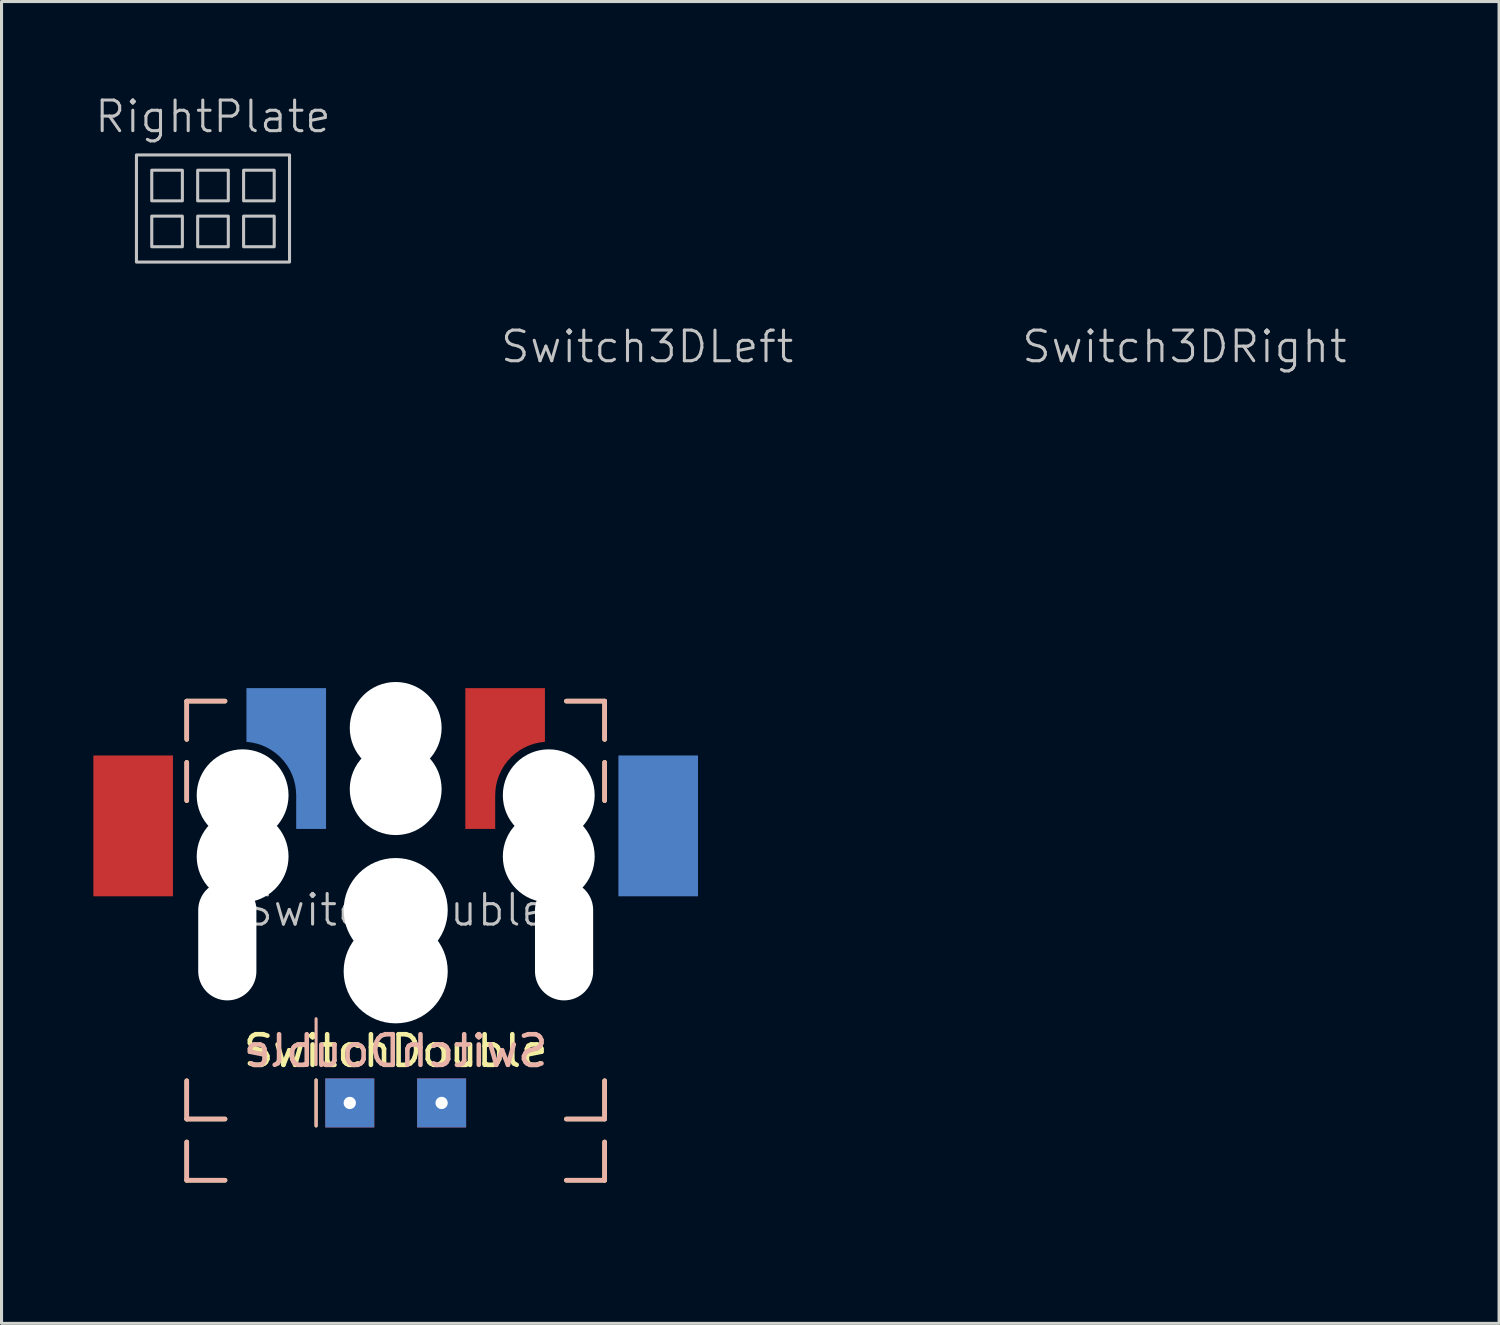
<source format=kicad_pcb>
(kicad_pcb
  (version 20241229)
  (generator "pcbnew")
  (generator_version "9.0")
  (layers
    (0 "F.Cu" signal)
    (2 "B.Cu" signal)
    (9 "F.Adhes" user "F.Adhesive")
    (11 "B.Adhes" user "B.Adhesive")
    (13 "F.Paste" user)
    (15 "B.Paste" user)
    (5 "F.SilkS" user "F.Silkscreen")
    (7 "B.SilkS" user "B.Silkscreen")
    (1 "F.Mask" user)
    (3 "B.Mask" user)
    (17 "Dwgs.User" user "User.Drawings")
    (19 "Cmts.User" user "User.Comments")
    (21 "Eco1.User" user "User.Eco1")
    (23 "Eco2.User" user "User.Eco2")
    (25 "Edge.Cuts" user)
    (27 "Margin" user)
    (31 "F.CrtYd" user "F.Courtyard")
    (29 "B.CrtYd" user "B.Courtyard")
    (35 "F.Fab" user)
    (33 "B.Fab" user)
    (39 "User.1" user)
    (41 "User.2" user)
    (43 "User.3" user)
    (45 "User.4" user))
  (footprint "SwitchDouble"
    (layer "F.Cu")
    (at 9.875 27.677)
    (property "Reference" "SwitchDouble" (at 0 -1 0) (unlocked yes) (layer "Dwgs.User") (effects (font (size 1 1) (thickness 0.1))))
    (property "Value" "SwitchDouble" (at 0 0.2 0) (unlocked yes) (layer "Dwgs.User") (hide yes) (effects (font (size 1 1) (thickness 0.1))))
    (attr through_hole)
    (fp_line (start -6.825 -7.825) (end -5.575 -7.825) (stroke (width 0.15) (type default)) (layer "F.SilkS"))
    (fp_line (start -6.825 -6.575) (end -6.825 -7.825) (stroke (width 0.15) (type default)) (layer "F.SilkS"))
    (fp_line (start -6.825 -4.575) (end -6.825 -5.825) (stroke (width 0.15) (type default)) (layer "F.SilkS"))
    (fp_line (start -6.825 5.825) (end -6.825 4.575) (stroke (width 0.15) (type default)) (layer "F.SilkS"))
    (fp_line (start -6.825 7.825) (end -6.825 6.575) (stroke (width 0.15) (type default)) (layer "F.SilkS"))
    (fp_line (start -5.575 5.825) (end -6.825 5.825) (stroke (width 0.15) (type default)) (layer "F.SilkS"))
    (fp_line (start -5.575 7.825) (end -6.825 7.825) (stroke (width 0.15) (type default)) (layer "F.SilkS"))
    (fp_line (start -2.6 4.55) (end -2.6 6.05) (stroke (width 0.1) (type default)) (layer "F.SilkS"))
    (fp_line (start 5.575 -7.825) (end 6.825 -7.825) (stroke (width 0.15) (type default)) (layer "F.SilkS"))
    (fp_line (start 6.825 -7.825) (end 6.825 -6.575) (stroke (width 0.15) (type default)) (layer "F.SilkS"))
    (fp_line (start 6.825 -5.825) (end 6.825 -4.575) (stroke (width 0.15) (type default)) (layer "F.SilkS"))
    (fp_line (start 6.825 4.575) (end 6.825 5.825) (stroke (width 0.15) (type default)) (layer "F.SilkS"))
    (fp_line (start 6.825 5.825) (end 5.575 5.825) (stroke (width 0.15) (type default)) (layer "F.SilkS"))
    (fp_line (start 6.825 6.575) (end 6.825 7.825) (stroke (width 0.15) (type default)) (layer "F.SilkS"))
    (fp_line (start 6.825 7.825) (end 5.575 7.825) (stroke (width 0.15) (type default)) (layer "F.SilkS"))
    (fp_line (start -6.825 -7.825) (end -6.825 -6.575) (stroke (width 0.15) (type default)) (layer "B.SilkS"))
    (fp_line (start -6.825 -5.825) (end -6.825 -4.575) (stroke (width 0.15) (type default)) (layer "B.SilkS"))
    (fp_line (start -6.825 4.575) (end -6.825 5.825) (stroke (width 0.15) (type default)) (layer "B.SilkS"))
    (fp_line (start -6.825 5.825) (end -5.575 5.825) (stroke (width 0.15) (type default)) (layer "B.SilkS"))
    (fp_line (start -6.825 6.575) (end -6.825 7.825) (stroke (width 0.15) (type default)) (layer "B.SilkS"))
    (fp_line (start -6.825 7.825) (end -5.575 7.825) (stroke (width 0.15) (type default)) (layer "B.SilkS"))
    (fp_line (start -5.575 -7.825) (end -6.825 -7.825) (stroke (width 0.15) (type default)) (layer "B.SilkS"))
    (fp_line (start -2.6 2.55) (end -2.6 4.05) (stroke (width 0.1) (type default)) (layer "B.SilkS"))
    (fp_line (start -2.6 4.55) (end -2.6 6.05) (stroke (width 0.1) (type default)) (layer "B.SilkS"))
    (fp_line (start 5.575 5.825) (end 6.825 5.825) (stroke (width 0.15) (type default)) (layer "B.SilkS"))
    (fp_line (start 5.575 7.825) (end 6.825 7.825) (stroke (width 0.15) (type default)) (layer "B.SilkS"))
    (fp_line (start 6.825 -7.825) (end 5.575 -7.825) (stroke (width 0.15) (type default)) (layer "B.SilkS"))
    (fp_line (start 6.825 -6.575) (end 6.825 -7.825) (stroke (width 0.15) (type default)) (layer "B.SilkS"))
    (fp_line (start 6.825 -4.575) (end 6.825 -5.825) (stroke (width 0.15) (type default)) (layer "B.SilkS"))
    (fp_line (start 6.825 5.825) (end 6.825 4.575) (stroke (width 0.15) (type default)) (layer "B.SilkS"))
    (fp_line (start 6.825 7.825) (end 6.825 6.575) (stroke (width 0.15) (type default)) (layer "B.SilkS"))
    (fp_rect (start -9 -9.5) (end 9 7.5) (stroke (width 0.001) (type default)) (fill no) (layer "Dwgs.User"))
    (fp_rect (start -9 -7.5) (end 9 9.5) (stroke (width 0.001) (type default)) (fill no) (layer "Dwgs.User"))
    (fp_rect (start -8.9 -3.1) (end -7.3 -1.5) (stroke (width 0.001) (type default)) (fill no) (layer "Dwgs.User"))
    (fp_rect (start -3.9 -8.2) (end -2.3 -6.6) (stroke (width 0.001) (type default)) (fill no) (layer "Dwgs.User"))
    (fp_rect (start 3.9 -8.2) (end 2.3 -6.6) (stroke (width 0.001) (type default)) (fill no) (layer "Dwgs.User"))
    (fp_rect (start 7.3 -3.1) (end 8.9 -1.5) (stroke (width 0.001) (type default)) (fill no) (layer "Dwgs.User"))
    (fp_rect (start 6.9 -7.9) (end -6.9 5.9) (stroke (width 0.001) (type default)) (fill no) (layer "B.Fab"))
    (fp_rect (start 6.9 -5.9) (end -6.9 7.9) (stroke (width 0.001) (type default)) (fill no) (layer "B.Fab"))
    (fp_rect (start 7.275 -9.275) (end -2.275 -2.425) (stroke (width 0.001) (type default)) (fill no) (layer "B.Fab"))
    (fp_rect (start 7.275 -7.275) (end -2.275 -0.425) (stroke (width 0.001) (type default)) (fill no) (layer "B.Fab"))
    (fp_rect (start -7.275 -9.275) (end 2.275 -2.425) (stroke (width 0.001) (type default)) (fill no) (layer "F.Fab"))
    (fp_rect (start -7.275 -7.275) (end 2.275 -0.425) (stroke (width 0.001) (type default)) (fill no) (layer "F.Fab"))
    (fp_rect (start -6.9 -7.9) (end 6.9 5.9) (stroke (width 0.001) (type default)) (fill no) (layer "F.Fab"))
    (fp_rect (start -6.9 -5.9) (end 6.9 7.9) (stroke (width 0.001) (type default)) (fill no) (layer "F.Fab"))
    (fp_text user "${VALUE}" (at 0 3.6 0) (unlocked yes) (layer "F.SilkS") (effects (font (size 1 1) (thickness 0.15))))
    (fp_text user "${VALUE}" (at 0 3.6 0) (unlocked yes) (layer "B.SilkS") (effects (font (size 1 1) (thickness 0.15)) (justify mirror)))
    (pad "" np_thru_hole oval (at -5.5 0) (size 1.9 3.9) (drill oval 1.9 3.9) (layers "*.Cu" "*.Mask"))
    (pad "" np_thru_hole circle (at -5 -4.75) (size 3 3) (drill 3) (layers "*.Cu" "*.Mask"))
    (pad "" np_thru_hole circle (at -5 -2.75) (size 3 3) (drill 3) (layers "*.Cu" "*.Mask"))
    (pad "" np_thru_hole circle (at 0 -6.95) (size 3 3) (drill 3) (layers "*.Cu" "*.Mask"))
    (pad "" np_thru_hole circle (at 0 -4.95) (size 3 3) (drill 3) (layers "*.Cu" "*.Mask"))
    (pad "" np_thru_hole circle (at 0 -1) (size 3.4 3.4) (drill 3.4) (layers "*.Cu" "*.Mask"))
    (pad "" np_thru_hole circle (at 0 1) (size 3.4 3.4) (drill 3.4) (layers "*.Cu" "*.Mask"))
    (pad "" np_thru_hole circle (at 5 -4.75) (size 3 3) (drill 3) (layers "*.Cu" "*.Mask"))
    (pad "" np_thru_hole circle (at 5 -2.75) (size 3 3) (drill 3) (layers "*.Cu" "*.Mask"))
    (pad "" np_thru_hole oval (at 5.5 0) (size 1.9 3.9) (drill oval 1.9 3.9) (layers "*.Cu" "*.Mask"))
    (pad "1" smd custom (at -8.1 -2.3) (size 1.6 1.6) (layers "F.Cu" "F.Mask" "F.Paste") (options (anchor rect)) (primitives (gr_rect (start -1.775 -3.75) (end 0.825 0.85) (width 0) (fill yes))))
    (pad "2" smd custom (at -3.1 -7.4) (size 1.6 1.6) (layers "B.Cu" "B.Mask" "B.Paste") (options (anchor rect)) (primitives (gr_poly (pts (xy -1.775 -0.85) (xy 0.825 -0.85) (xy 0.825 3.75) (xy -0.15 3.75) (xy -0.15 2.65) (xy -0.159 2.475) (xy -0.185 2.303) (xy -0.228 2.133) (xy -0.288 1.969) (xy -0.364 1.811) (xy -0.455 1.662) (xy -0.561 1.523) (xy -0.68 1.395) (xy -0.812 1.28) (xy -0.954 1.178) (xy -1.105 1.091) (xy -1.265 1.019) (xy -1.431 0.964) (xy -1.601 0.926) (xy -1.775 0.904)) (width 0) (fill yes))))
    (pad "3" smd custom (at 8.1 -2.3) (size 1.6 1.6) (layers "B.Cu" "B.Mask" "B.Paste") (options (anchor rect)) (primitives (gr_rect (start -0.825 -3.75) (end 1.775 0.85) (width 0) (fill yes))))
    (pad "4" smd custom (at 3.1 -7.4) (size 1.6 1.6) (layers "F.Cu" "F.Mask" "F.Paste") (options (anchor rect)) (primitives (gr_poly (pts (xy 1.775 -0.85) (xy -0.825 -0.85) (xy -0.825 3.75) (xy 0.15 3.75) (xy 0.15 2.65) (xy 0.159 2.475) (xy 0.185 2.303) (xy 0.228 2.133) (xy 0.288 1.969) (xy 0.364 1.811) (xy 0.455 1.662) (xy 0.561 1.523) (xy 0.68 1.395) (xy 0.812 1.28) (xy 0.954 1.178) (xy 1.105 1.091) (xy 1.265 1.019) (xy 1.431 0.964) (xy 1.601 0.926) (xy 1.775 0.904)) (width 0) (fill yes))))
    (pad "5" thru_hole rect (at 1.5 5.3) (size 1.6 1.6) (drill 0.4) (layers "*.Cu" "*.Paste" "*.Mask"))
    (pad "6" thru_hole rect (at -1.5 5.3) (size 1.6 1.6) (drill 0.4) (layers "*.Cu" "*.Paste" "*.Mask")))
  (footprint "Switch3DLeft"
    (layer "F.Cu")
    (at 18.09 8.275)
    (property "Reference" "Switch3DLeft" (at 0 0 0) (unlocked yes) (layer "Dwgs.User") (effects (font (size 1 1) (thickness 0.1))))
    (fp_rect (start 6.9 -6.9) (end -6.9 6.9) (stroke (width 0.001) (type default)) (fill no) (layer "B.Fab"))
    (fp_rect (start 7.275 -8.275) (end -2.275 -1.425) (stroke (width 0.001) (type default)) (fill no) (layer "B.Fab"))
    (fp_rect (start -7.275 -8.275) (end 2.275 -1.425) (stroke (width 0.001) (type default)) (fill no) (layer "F.Fab"))
    (fp_rect (start -6.9 -6.9) (end 6.9 6.9) (stroke (width 0.001) (type default)) (fill no) (layer "F.Fab")))
  (footprint "RightPlate"
    (layer "F.Cu")
    (at 3.907 3.76)
    (property "Reference" "RightPlate" (at 0 -3 0) (unlocked yes) (layer "Dwgs.User") (effects (font (size 1 1) (thickness 0.1))))
    (attr smd)
    (fp_rect (start -2.5 -1.75) (end 2.5 1.75) (stroke (width 0.1) (type default)) (fill no) (layer "Dwgs.User"))
    (fp_rect (start -2 -0.25) (end -1 -1.25) (stroke (width 0.1) (type default)) (fill no) (layer "Dwgs.User"))
    (fp_rect (start -2 1.25) (end -1 0.25) (stroke (width 0.1) (type default)) (fill no) (layer "Dwgs.User"))
    (fp_rect (start -0.5 -0.25) (end 0.5 -1.25) (stroke (width 0.1) (type default)) (fill no) (layer "Dwgs.User"))
    (fp_rect (start -0.5 1.25) (end 0.5 0.25) (stroke (width 0.1) (type default)) (fill no) (layer "Dwgs.User"))
    (fp_rect (start 1 -0.25) (end 2 -1.25) (stroke (width 0.1) (type default)) (fill no) (layer "Dwgs.User"))
    (fp_rect (start 1 1.25) (end 2 0.25) (stroke (width 0.1) (type default)) (fill no) (layer "Dwgs.User")))
  (footprint "Switch3DRight"
    (layer "F.Cu")
    (at 35.641 8.275)
    (property "Reference" "Switch3DRight" (at 0 0 0) (unlocked yes) (layer "Dwgs.User") (effects (font (size 1 1) (thickness 0.1))))
    (attr smd)
    (fp_rect (start 6.9 -6.9) (end -6.9 6.9) (stroke (width 0.001) (type default)) (fill no) (layer "B.Fab"))
    (fp_rect (start 7.275 -8.275) (end -2.275 -1.425) (stroke (width 0.001) (type default)) (fill no) (layer "B.Fab"))
    (fp_rect (start -7.275 -8.275) (end 2.275 -1.425) (stroke (width 0.001) (type default)) (fill no) (layer "F.Fab"))
    (fp_rect (start -6.9 -6.9) (end 6.9 6.9) (stroke (width 0.001) (type default)) (fill no) (layer "F.Fab")))
  (gr_rect
    (start -3 -3)
    (end 45.916 40.177)
    (stroke (width 0.1) (type default))
    (fill no)
    (layer "Edge.Cuts")))
</source>
